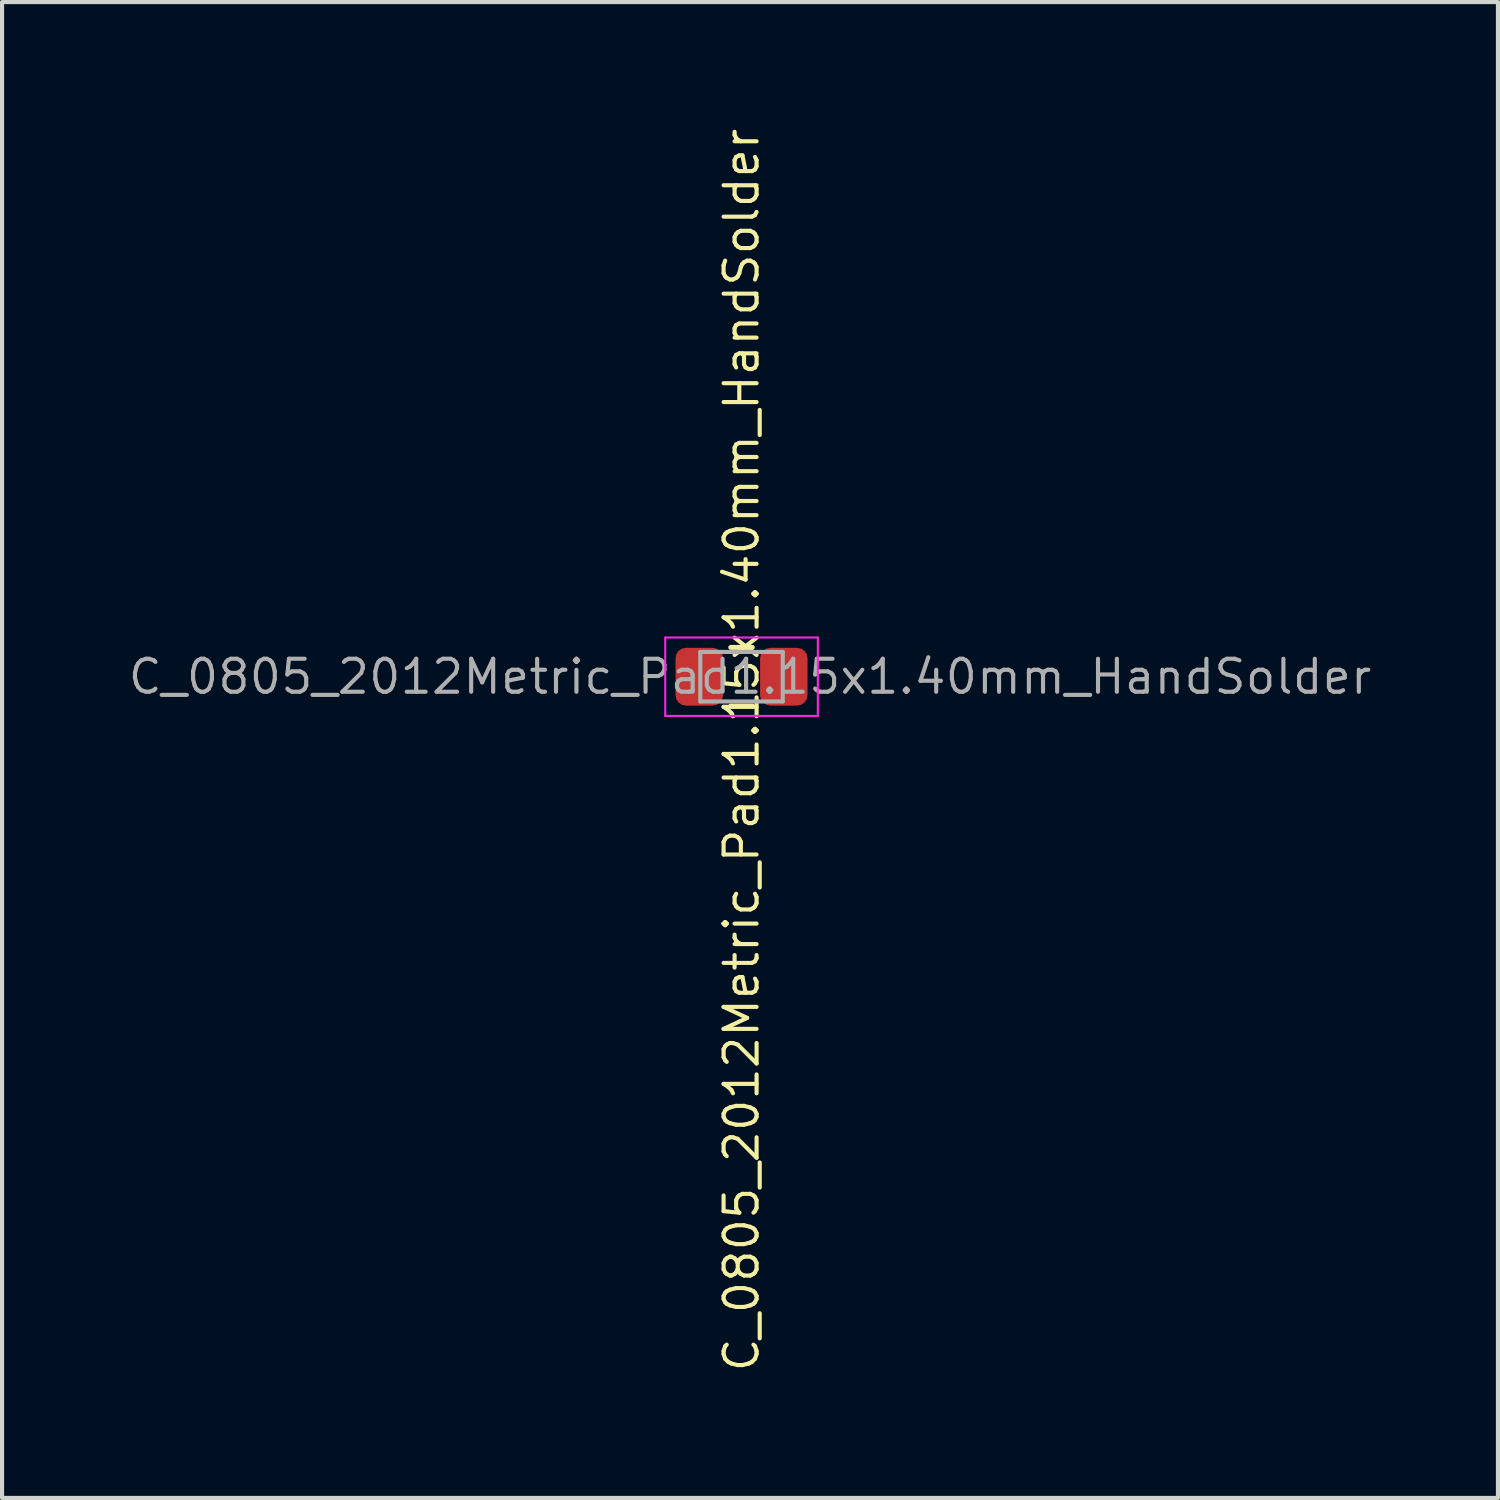
<source format=kicad_pcb>
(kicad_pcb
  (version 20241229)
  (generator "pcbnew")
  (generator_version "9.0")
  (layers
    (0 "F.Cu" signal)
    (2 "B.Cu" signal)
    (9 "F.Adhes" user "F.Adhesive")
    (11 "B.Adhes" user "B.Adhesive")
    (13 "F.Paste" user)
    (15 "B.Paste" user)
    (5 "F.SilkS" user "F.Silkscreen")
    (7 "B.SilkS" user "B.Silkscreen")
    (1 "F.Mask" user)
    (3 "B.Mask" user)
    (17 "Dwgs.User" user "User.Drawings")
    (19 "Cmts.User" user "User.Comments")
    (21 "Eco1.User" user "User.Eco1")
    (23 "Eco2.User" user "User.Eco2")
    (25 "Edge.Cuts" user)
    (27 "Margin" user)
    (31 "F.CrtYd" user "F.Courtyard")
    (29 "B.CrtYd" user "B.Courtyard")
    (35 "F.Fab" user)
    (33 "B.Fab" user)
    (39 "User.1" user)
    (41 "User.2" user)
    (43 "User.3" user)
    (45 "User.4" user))
  (footprint "C_0805_2012Metric_Pad1.15x1.40mm_HandSolder"
    (layer "F.Cu")
    (at 14.931 13.359)
    (property "Reference" "C_0805_2012Metric_Pad1.15x1.40mm_HandSolder" (at 0 1.778 90) (layer "F.SilkS") (effects (font (size 0.8 0.8) (thickness 0.1))))
    (attr smd)
    (fp_line (start -0.261 -0.71) (end 0.261 -0.71) (stroke (width 0.12) (type solid)) (layer "F.SilkS"))
    (fp_line (start -0.261 0.71) (end 0.261 0.71) (stroke (width 0.12) (type solid)) (layer "F.SilkS"))
    (fp_line (start -1.85 -0.95) (end 1.85 -0.95) (stroke (width 0.05) (type solid)) (layer "F.CrtYd"))
    (fp_line (start -1.85 0.95) (end -1.85 -0.95) (stroke (width 0.05) (type solid)) (layer "F.CrtYd"))
    (fp_line (start 1.85 -0.95) (end 1.85 0.95) (stroke (width 0.05) (type solid)) (layer "F.CrtYd"))
    (fp_line (start 1.85 0.95) (end -1.85 0.95) (stroke (width 0.05) (type solid)) (layer "F.CrtYd"))
    (fp_line (start -1 -0.6) (end 1 -0.6) (stroke (width 0.1) (type solid)) (layer "F.Fab"))
    (fp_line (start -1 0.6) (end -1 -0.6) (stroke (width 0.1) (type solid)) (layer "F.Fab"))
    (fp_line (start 1 -0.6) (end 1 0.6) (stroke (width 0.1) (type solid)) (layer "F.Fab"))
    (fp_line (start 1 0.6) (end -1 0.6) (stroke (width 0.1) (type solid)) (layer "F.Fab"))
    (fp_text user "${REFERENCE}" (at 0.206 0 0) (layer "F.Fab") (effects (font (size 0.8 0.8) (thickness 0.1))))
    (pad "1" smd roundrect (at -1.025 0) (size 1.15 1.4) (layers "F.Cu" "F.Mask" "F.Paste") (roundrect_rratio 0.217))
    (pad "2" smd roundrect (at 1.025 0) (size 1.15 1.4) (layers "F.Cu" "F.Mask" "F.Paste") (roundrect_rratio 0.217)))
  (gr_rect
    (start -3 -3)
    (end 33.273 33.273)
    (stroke (width 0.1) (type default))
    (fill no)
    (layer "Edge.Cuts")))
</source>
